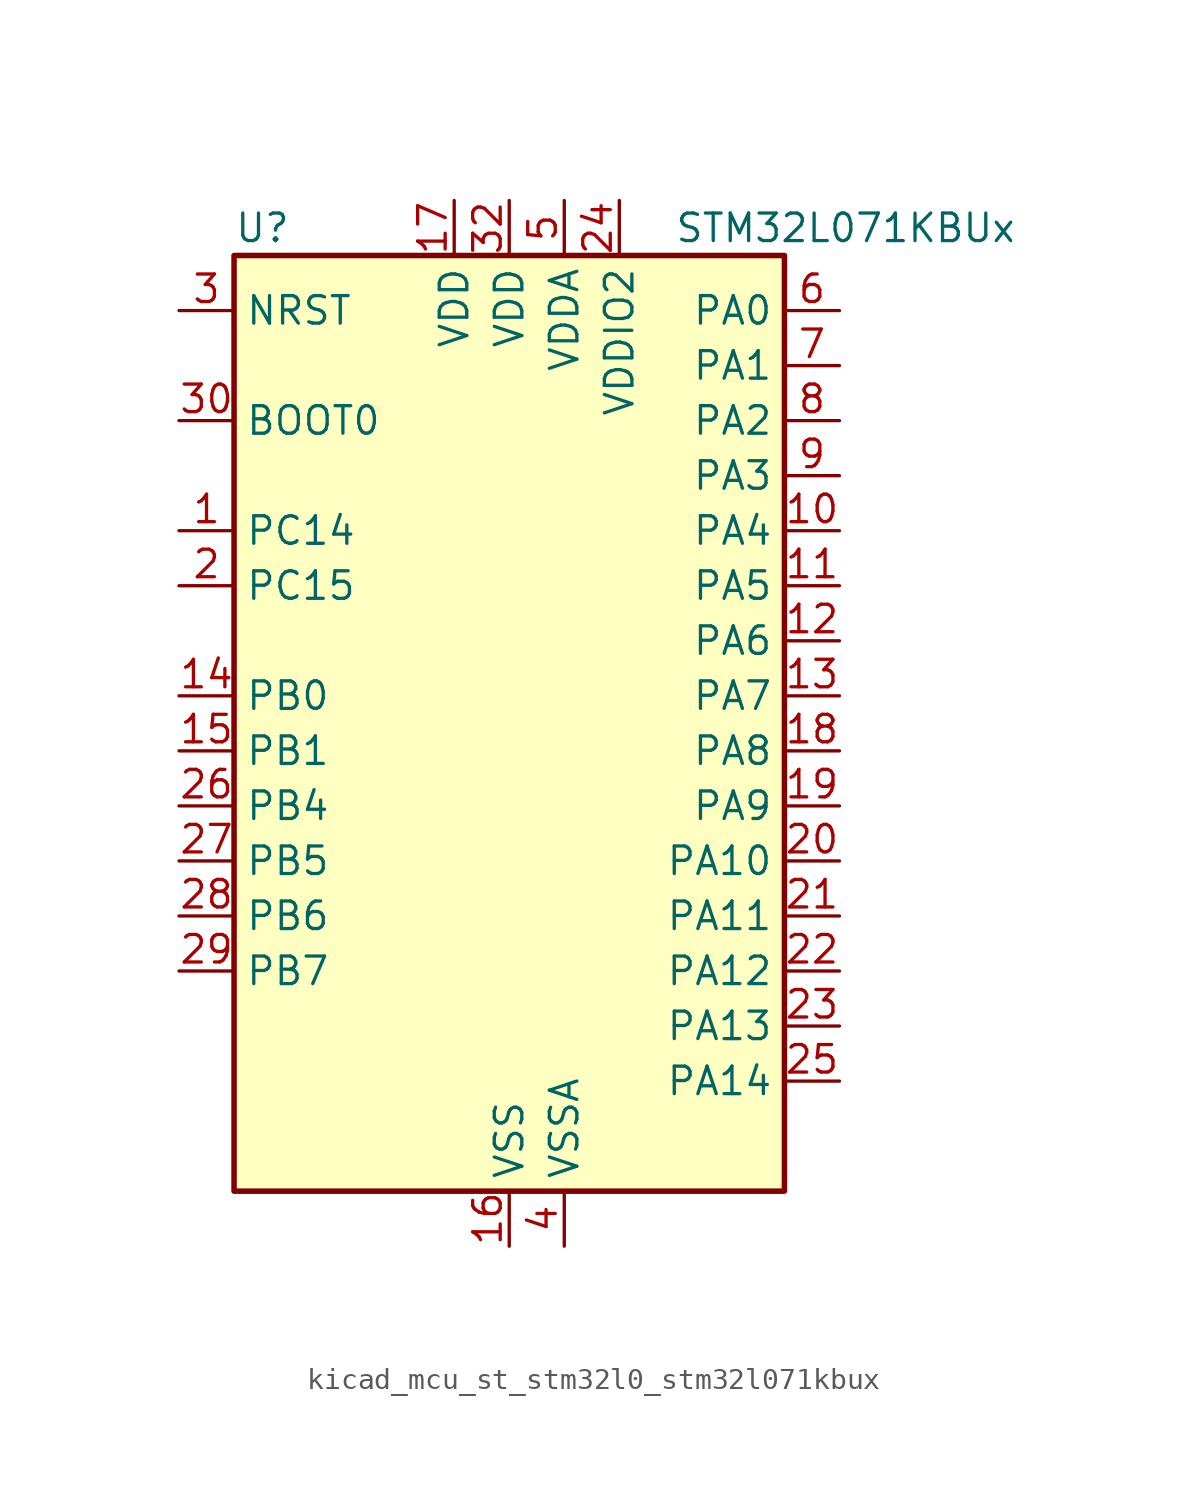
<source format=kicad_sym>
(kicad_symbol_lib
  (version 20220914)
  (generator kicad_symbol_editor)
  (symbol "kicad_mcu_st_stm32l0_stm32l071kbux"
    (property "Reference" "U"
      (at -12.7 24.13 0)
      (effects (font (size 1.27 1.27)) (justify left)))
    (property "Value" "STM32L071KBUx"
      (at 7.62 24.13 0)
      (effects (font (size 1.27 1.27)) (justify left)))
    (property "ki_locked" ""
      (at 0 0 0)
      (effects (font (size 1.27 1.27))))
    (symbol "kicad_mcu_st_stm32l0_stm32l071kbux_0_1"
      (rectangle (start -12.7 -20.32) (end 12.7 22.86) (stroke (width 0.254) (type default)) (fill (type background))))
    (symbol "kicad_mcu_st_stm32l0_stm32l071kbux_1_1"
      (pin bidirectional line (at -15.24 10.16 0) (length 2.54) (name "PC14" (effects (font (size 1.27 1.27)))) (number "1" (effects (font (size 1.27 1.27)))) (alternate "RCC_OSC32_IN" bidirectional line))
      (pin bidirectional line (at 15.24 10.16 180) (length 2.54) (name "PA4" (effects (font (size 1.27 1.27)))) (number "10" (effects (font (size 1.27 1.27)))) (alternate "ADC_IN4" bidirectional line) (alternate "COMP1_INM" bidirectional line) (alternate "COMP2_INM" bidirectional line) (alternate "SPI1_NSS" bidirectional line) (alternate "TIM22_ETR" bidirectional line) (alternate "USART2_CK" bidirectional line))
      (pin bidirectional line (at 15.24 7.62 180) (length 2.54) (name "PA5" (effects (font (size 1.27 1.27)))) (number "11" (effects (font (size 1.27 1.27)))) (alternate "ADC_IN5" bidirectional line) (alternate "COMP1_INM" bidirectional line) (alternate "COMP2_INM" bidirectional line) (alternate "SPI1_SCK" bidirectional line) (alternate "TIM2_CH1" bidirectional line) (alternate "TIM2_ETR" bidirectional line))
      (pin bidirectional line (at 15.24 5.08 180) (length 2.54) (name "PA6" (effects (font (size 1.27 1.27)))) (number "12" (effects (font (size 1.27 1.27)))) (alternate "ADC_IN6" bidirectional line) (alternate "COMP1_OUT" bidirectional line) (alternate "LPUART1_CTS" bidirectional line) (alternate "SPI1_MISO" bidirectional line) (alternate "TIM22_CH1" bidirectional line) (alternate "TIM3_CH1" bidirectional line))
      (pin bidirectional line (at 15.24 2.54 180) (length 2.54) (name "PA7" (effects (font (size 1.27 1.27)))) (number "13" (effects (font (size 1.27 1.27)))) (alternate "ADC_IN7" bidirectional line) (alternate "COMP2_OUT" bidirectional line) (alternate "SPI1_MOSI" bidirectional line) (alternate "TIM22_CH2" bidirectional line) (alternate "TIM3_CH2" bidirectional line))
      (pin bidirectional line (at -15.24 2.54 0) (length 2.54) (name "PB0" (effects (font (size 1.27 1.27)))) (number "14" (effects (font (size 1.27 1.27)))) (alternate "ADC_IN8" bidirectional line) (alternate "SYS_VREF_OUT_PB0" bidirectional line) (alternate "TIM3_CH3" bidirectional line))
      (pin bidirectional line (at -15.24 0 0) (length 2.54) (name "PB1" (effects (font (size 1.27 1.27)))) (number "15" (effects (font (size 1.27 1.27)))) (alternate "ADC_IN9" bidirectional line) (alternate "LPUART1_DE" bidirectional line) (alternate "LPUART1_RTS" bidirectional line) (alternate "SYS_VREF_OUT_PB1" bidirectional line) (alternate "TIM3_CH4" bidirectional line))
      (pin power_in line (at 0 -22.86 90) (length 2.54) (name "VSS" (effects (font (size 1.27 1.27)))) (number "16" (effects (font (size 1.27 1.27)))))
      (pin power_in line (at -2.54 25.4 270) (length 2.54) (name "VDD" (effects (font (size 1.27 1.27)))) (number "17" (effects (font (size 1.27 1.27)))))
      (pin bidirectional line (at 15.24 0 180) (length 2.54) (name "PA8" (effects (font (size 1.27 1.27)))) (number "18" (effects (font (size 1.27 1.27)))) (alternate "I2C3_SCL" bidirectional line) (alternate "RCC_MCO" bidirectional line) (alternate "USART1_CK" bidirectional line))
      (pin bidirectional line (at 15.24 -2.54 180) (length 2.54) (name "PA9" (effects (font (size 1.27 1.27)))) (number "19" (effects (font (size 1.27 1.27)))) (alternate "I2C1_SCL" bidirectional line) (alternate "I2C3_SMBA" bidirectional line) (alternate "RCC_MCO" bidirectional line) (alternate "USART1_TX" bidirectional line))
      (pin bidirectional line (at -15.24 7.62 0) (length 2.54) (name "PC15" (effects (font (size 1.27 1.27)))) (number "2" (effects (font (size 1.27 1.27)))) (alternate "RCC_OSC32_OUT" bidirectional line))
      (pin bidirectional line (at 15.24 -5.08 180) (length 2.54) (name "PA10" (effects (font (size 1.27 1.27)))) (number "20" (effects (font (size 1.27 1.27)))) (alternate "I2C1_SDA" bidirectional line) (alternate "USART1_RX" bidirectional line))
      (pin bidirectional line (at 15.24 -7.62 180) (length 2.54) (name "PA11" (effects (font (size 1.27 1.27)))) (number "21" (effects (font (size 1.27 1.27)))) (alternate "ADC_EXTI11" bidirectional line) (alternate "COMP1_OUT" bidirectional line) (alternate "SPI1_MISO" bidirectional line) (alternate "USART1_CTS" bidirectional line))
      (pin bidirectional line (at 15.24 -10.16 180) (length 2.54) (name "PA12" (effects (font (size 1.27 1.27)))) (number "22" (effects (font (size 1.27 1.27)))) (alternate "COMP2_OUT" bidirectional line) (alternate "SPI1_MOSI" bidirectional line) (alternate "USART1_DE" bidirectional line) (alternate "USART1_RTS" bidirectional line))
      (pin bidirectional line (at 15.24 -12.7 180) (length 2.54) (name "PA13" (effects (font (size 1.27 1.27)))) (number "23" (effects (font (size 1.27 1.27)))) (alternate "LPUART1_RX" bidirectional line) (alternate "SYS_SWDIO" bidirectional line))
      (pin power_in line (at 5.08 25.4 270) (length 2.54) (name "VDDIO2" (effects (font (size 1.27 1.27)))) (number "24" (effects (font (size 1.27 1.27)))))
      (pin bidirectional line (at 15.24 -15.24 180) (length 2.54) (name "PA14" (effects (font (size 1.27 1.27)))) (number "25" (effects (font (size 1.27 1.27)))) (alternate "LPUART1_TX" bidirectional line) (alternate "SYS_SWCLK" bidirectional line) (alternate "USART2_TX" bidirectional line))
      (pin bidirectional line (at -15.24 -2.54 0) (length 2.54) (name "PB4" (effects (font (size 1.27 1.27)))) (number "26" (effects (font (size 1.27 1.27)))) (alternate "COMP2_INP" bidirectional line) (alternate "I2C3_SDA" bidirectional line) (alternate "SPI1_MISO" bidirectional line) (alternate "TIM22_CH1" bidirectional line) (alternate "TIM3_CH1" bidirectional line) (alternate "USART1_CTS" bidirectional line))
      (pin bidirectional line (at -15.24 -5.08 0) (length 2.54) (name "PB5" (effects (font (size 1.27 1.27)))) (number "27" (effects (font (size 1.27 1.27)))) (alternate "COMP2_INP" bidirectional line) (alternate "I2C1_SMBA" bidirectional line) (alternate "LPTIM1_IN1" bidirectional line) (alternate "SPI1_MOSI" bidirectional line) (alternate "TIM22_CH2" bidirectional line) (alternate "TIM3_CH2" bidirectional line) (alternate "USART1_CK" bidirectional line))
      (pin bidirectional line (at -15.24 -7.62 0) (length 2.54) (name "PB6" (effects (font (size 1.27 1.27)))) (number "28" (effects (font (size 1.27 1.27)))) (alternate "COMP2_INP" bidirectional line) (alternate "I2C1_SCL" bidirectional line) (alternate "LPTIM1_ETR" bidirectional line) (alternate "USART1_TX" bidirectional line))
      (pin bidirectional line (at -15.24 -10.16 0) (length 2.54) (name "PB7" (effects (font (size 1.27 1.27)))) (number "29" (effects (font (size 1.27 1.27)))) (alternate "COMP2_INP" bidirectional line) (alternate "I2C1_SDA" bidirectional line) (alternate "LPTIM1_IN2" bidirectional line) (alternate "SYS_PVD_IN" bidirectional line) (alternate "USART1_RX" bidirectional line) (alternate "USART4_CTS" bidirectional line))
      (pin input line (at -15.24 20.32 0) (length 2.54) (name "NRST" (effects (font (size 1.27 1.27)))) (number "3" (effects (font (size 1.27 1.27)))))
      (pin input line (at -15.24 15.24 0) (length 2.54) (name "BOOT0" (effects (font (size 1.27 1.27)))) (number "30" (effects (font (size 1.27 1.27)))))
      (pin passive line (at 0 -22.86 90) (length 2.54) hide (name "VSS" (effects (font (size 1.27 1.27)))) (number "31" (effects (font (size 1.27 1.27)))))
      (pin power_in line (at 0 25.4 270) (length 2.54) (name "VDD" (effects (font (size 1.27 1.27)))) (number "32" (effects (font (size 1.27 1.27)))))
      (pin passive line (at 0 -22.86 90) (length 2.54) hide (name "VSS" (effects (font (size 1.27 1.27)))) (number "33" (effects (font (size 1.27 1.27)))))
      (pin power_in line (at 2.54 -22.86 90) (length 2.54) (name "VSSA" (effects (font (size 1.27 1.27)))) (number "4" (effects (font (size 1.27 1.27)))))
      (pin power_in line (at 2.54 25.4 270) (length 2.54) (name "VDDA" (effects (font (size 1.27 1.27)))) (number "5" (effects (font (size 1.27 1.27)))))
      (pin bidirectional line (at 15.24 20.32 180) (length 2.54) (name "PA0" (effects (font (size 1.27 1.27)))) (number "6" (effects (font (size 1.27 1.27)))) (alternate "ADC_IN0" bidirectional line) (alternate "COMP1_INM" bidirectional line) (alternate "COMP1_OUT" bidirectional line) (alternate "RTC_TAMP2" bidirectional line) (alternate "SYS_WKUP1" bidirectional line) (alternate "TIM2_CH1" bidirectional line) (alternate "TIM2_ETR" bidirectional line) (alternate "USART2_CTS" bidirectional line) (alternate "USART4_TX" bidirectional line))
      (pin bidirectional line (at 15.24 17.78 180) (length 2.54) (name "PA1" (effects (font (size 1.27 1.27)))) (number "7" (effects (font (size 1.27 1.27)))) (alternate "ADC_IN1" bidirectional line) (alternate "COMP1_INP" bidirectional line) (alternate "TIM21_ETR" bidirectional line) (alternate "TIM2_CH2" bidirectional line) (alternate "USART2_DE" bidirectional line) (alternate "USART2_RTS" bidirectional line) (alternate "USART4_RX" bidirectional line))
      (pin bidirectional line (at 15.24 15.24 180) (length 2.54) (name "PA2" (effects (font (size 1.27 1.27)))) (number "8" (effects (font (size 1.27 1.27)))) (alternate "ADC_IN2" bidirectional line) (alternate "COMP2_INM" bidirectional line) (alternate "COMP2_OUT" bidirectional line) (alternate "LPUART1_TX" bidirectional line) (alternate "TIM21_CH1" bidirectional line) (alternate "TIM2_CH3" bidirectional line) (alternate "USART2_TX" bidirectional line))
      (pin bidirectional line (at 15.24 12.7 180) (length 2.54) (name "PA3" (effects (font (size 1.27 1.27)))) (number "9" (effects (font (size 1.27 1.27)))) (alternate "ADC_IN3" bidirectional line) (alternate "COMP2_INP" bidirectional line) (alternate "LPUART1_RX" bidirectional line) (alternate "TIM21_CH2" bidirectional line) (alternate "TIM2_CH4" bidirectional line) (alternate "USART2_RX" bidirectional line)))))
</source>
